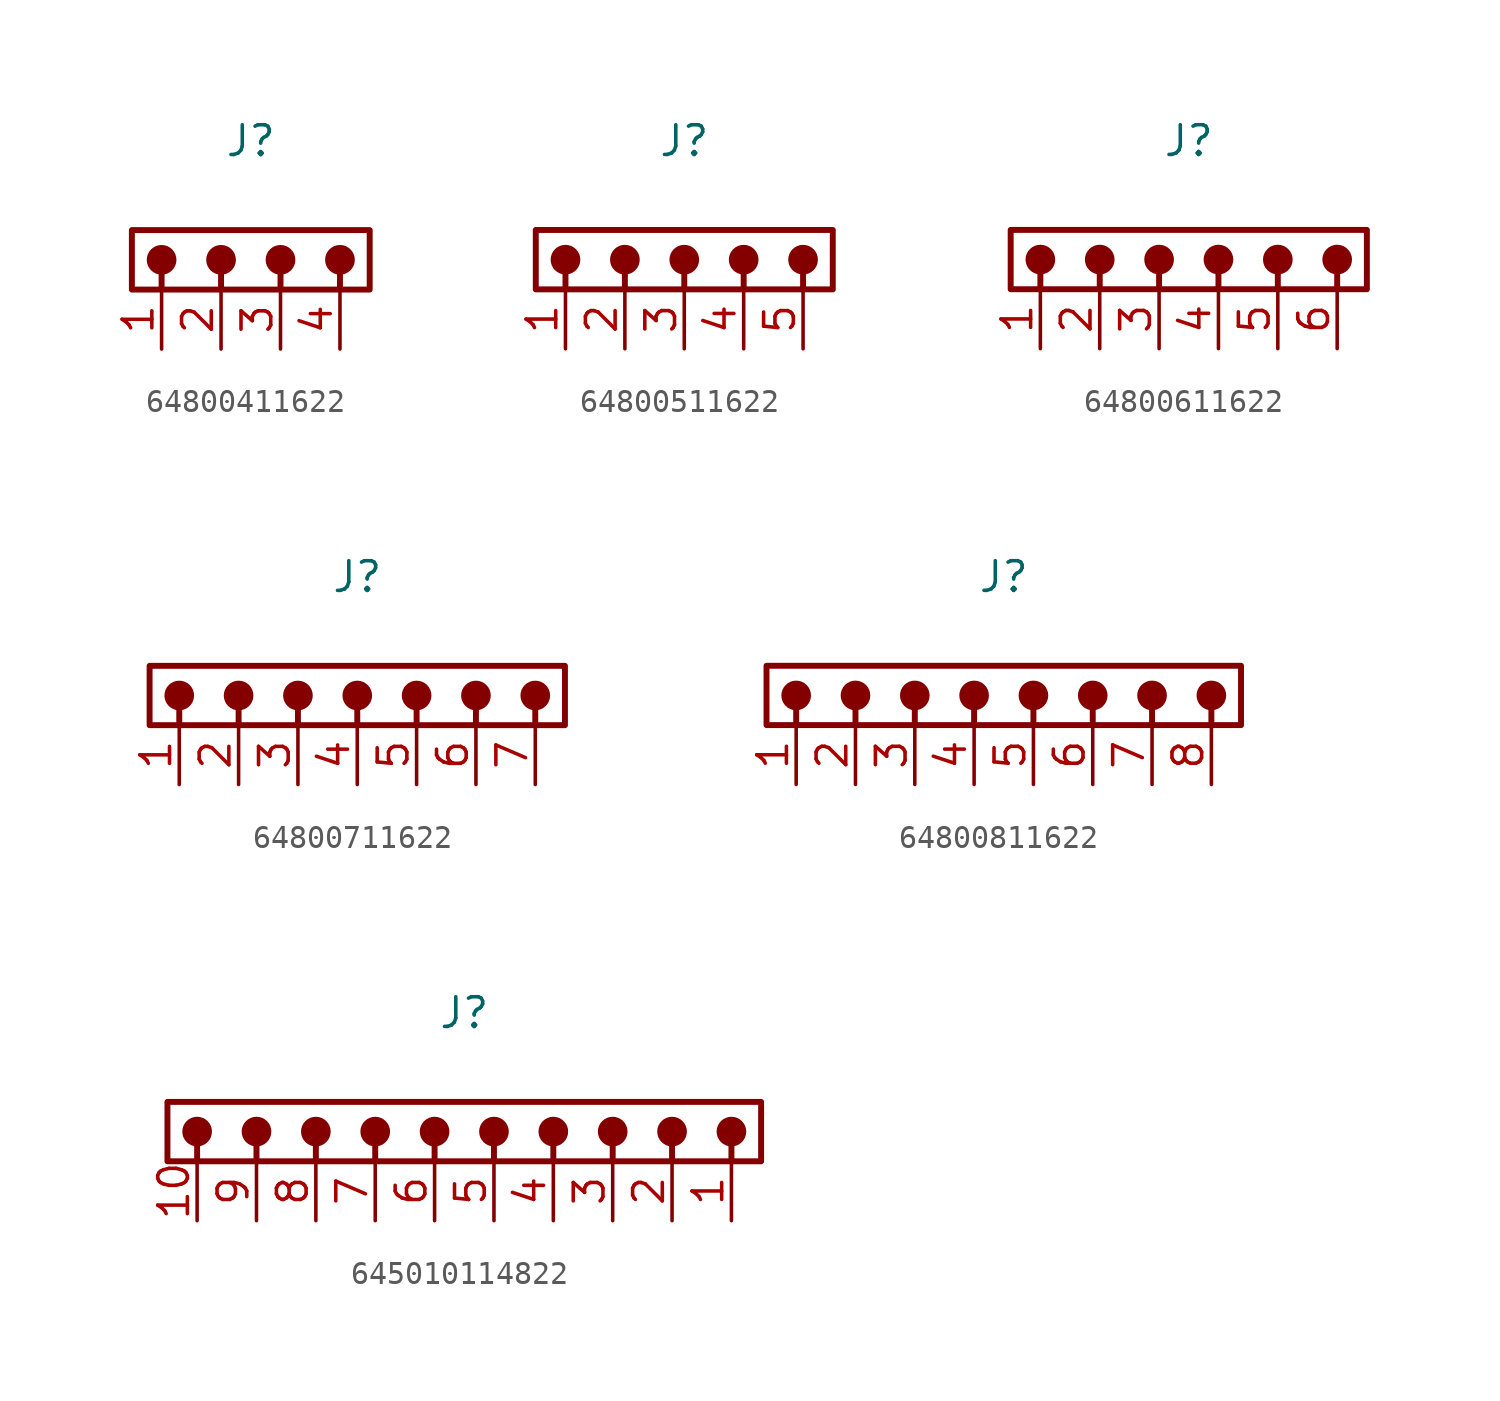
<source format=kicad_sym>
(kicad_symbol_lib
  (version 20241209)
  (generator "kicad_symbol_editor")
  (generator_version "9.0")
  (symbol "64800411622"
    (pin_names
      (hide yes))
    (property "Reference" "J"
      (at 0 5.08 0)
      (effects (font (size 1.27 1.27))))
    (symbol "64800411622_1_1"
      (rectangle (start -5.08 1.27) (end 5.08 -1.27) (stroke (width 0.254) (type solid)) (fill (type none)))
      (circle (center -3.81 0) (radius 0.508) (stroke (width 0.254) (type solid)) (fill (type outline)))
      (polyline (pts (xy -3.81 -0.508) (xy -3.81 -1.27)) (stroke (width 0.254) (type solid)) (fill (type none)))
      (circle (center -1.27 0) (radius 0.508) (stroke (width 0.254) (type solid)) (fill (type outline)))
      (polyline (pts (xy -1.27 -0.508) (xy -1.27 -1.27)) (stroke (width 0.254) (type solid)) (fill (type none)))
      (circle (center 1.27 0) (radius 0.508) (stroke (width 0.254) (type solid)) (fill (type outline)))
      (polyline (pts (xy 1.27 -0.508) (xy 1.27 -1.27)) (stroke (width 0.254) (type solid)) (fill (type none)))
      (circle (center 3.81 0) (radius 0.508) (stroke (width 0.254) (type solid)) (fill (type outline)))
      (polyline (pts (xy 3.81 -0.508) (xy 3.81 -1.27)) (stroke (width 0.254) (type solid)) (fill (type none)))
      (pin passive line (at -3.81 -3.81 90) (length 2.54) (name "1" (effects (font (size 1.27 1.27)))) (number "1" (effects (font (size 1.27 1.27)))))
      (pin passive line (at -1.27 -3.81 90) (length 2.54) (name "2" (effects (font (size 1.27 1.27)))) (number "2" (effects (font (size 1.27 1.27)))))
      (pin passive line (at 1.27 -3.81 90) (length 2.54) (name "3" (effects (font (size 1.27 1.27)))) (number "3" (effects (font (size 1.27 1.27)))))
      (pin passive line (at 3.81 -3.81 90) (length 2.54) (name "4" (effects (font (size 1.27 1.27)))) (number "4" (effects (font (size 1.27 1.27)))))))
  (symbol "64800511622"
    (pin_names
      (hide yes))
    (property "Reference" "J"
      (at 0 5.08 0)
      (effects (font (size 1.27 1.27))))
    (symbol "64800511622_1_1"
      (rectangle (start -6.35 1.27) (end 6.35 -1.27) (stroke (width 0.254) (type solid)) (fill (type none)))
      (circle (center -5.08 0) (radius 0.508) (stroke (width 0.254) (type solid)) (fill (type outline)))
      (polyline (pts (xy -5.08 -0.508) (xy -5.08 -1.27)) (stroke (width 0.254) (type solid)) (fill (type none)))
      (circle (center -2.54 0) (radius 0.508) (stroke (width 0.254) (type solid)) (fill (type outline)))
      (polyline (pts (xy -2.54 -0.508) (xy -2.54 -1.27)) (stroke (width 0.254) (type solid)) (fill (type none)))
      (circle (center 0 0) (radius 0.508) (stroke (width 0.254) (type solid)) (fill (type outline)))
      (polyline (pts (xy 0 -0.508) (xy 0 -1.27)) (stroke (width 0.254) (type solid)) (fill (type none)))
      (circle (center 2.54 0) (radius 0.508) (stroke (width 0.254) (type solid)) (fill (type outline)))
      (polyline (pts (xy 2.54 -0.508) (xy 2.54 -1.27)) (stroke (width 0.254) (type solid)) (fill (type none)))
      (circle (center 5.08 0) (radius 0.508) (stroke (width 0.254) (type solid)) (fill (type outline)))
      (polyline (pts (xy 5.08 -0.508) (xy 5.08 -1.27)) (stroke (width 0.254) (type solid)) (fill (type none)))
      (pin passive line (at -5.08 -3.81 90) (length 2.54) (name "1" (effects (font (size 1.27 1.27)))) (number "1" (effects (font (size 1.27 1.27)))))
      (pin passive line (at -2.54 -3.81 90) (length 2.54) (name "2" (effects (font (size 1.27 1.27)))) (number "2" (effects (font (size 1.27 1.27)))))
      (pin passive line (at 0 -3.81 90) (length 2.54) (name "3" (effects (font (size 1.27 1.27)))) (number "3" (effects (font (size 1.27 1.27)))))
      (pin passive line (at 2.54 -3.81 90) (length 2.54) (name "4" (effects (font (size 1.27 1.27)))) (number "4" (effects (font (size 1.27 1.27)))))
      (pin passive line (at 5.08 -3.81 90) (length 2.54) (name "5" (effects (font (size 1.27 1.27)))) (number "5" (effects (font (size 1.27 1.27)))))))
  (symbol "64800611622"
    (pin_names
      (hide yes))
    (property "Reference" "J"
      (at 0 5.08 0)
      (effects (font (size 1.27 1.27))))
    (symbol "64800611622_1_1"
      (rectangle (start -7.62 1.27) (end 7.62 -1.27) (stroke (width 0.254) (type solid)) (fill (type none)))
      (circle (center -6.35 0) (radius 0.508) (stroke (width 0.254) (type solid)) (fill (type outline)))
      (polyline (pts (xy -6.35 -0.508) (xy -6.35 -1.27)) (stroke (width 0.254) (type solid)) (fill (type none)))
      (circle (center -3.81 0) (radius 0.508) (stroke (width 0.254) (type solid)) (fill (type outline)))
      (polyline (pts (xy -3.81 -0.508) (xy -3.81 -1.27)) (stroke (width 0.254) (type solid)) (fill (type none)))
      (circle (center -1.27 0) (radius 0.508) (stroke (width 0.254) (type solid)) (fill (type outline)))
      (polyline (pts (xy -1.27 -0.508) (xy -1.27 -1.27)) (stroke (width 0.254) (type solid)) (fill (type none)))
      (circle (center 1.27 0) (radius 0.508) (stroke (width 0.254) (type solid)) (fill (type outline)))
      (polyline (pts (xy 1.27 -0.508) (xy 1.27 -1.27)) (stroke (width 0.254) (type solid)) (fill (type none)))
      (circle (center 3.81 0) (radius 0.508) (stroke (width 0.254) (type solid)) (fill (type outline)))
      (polyline (pts (xy 3.81 -0.508) (xy 3.81 -1.27)) (stroke (width 0.254) (type solid)) (fill (type none)))
      (circle (center 6.35 0) (radius 0.508) (stroke (width 0.254) (type solid)) (fill (type outline)))
      (polyline (pts (xy 6.35 -0.508) (xy 6.35 -1.27)) (stroke (width 0.254) (type solid)) (fill (type none)))
      (pin passive line (at -6.35 -3.81 90) (length 2.54) (name "1" (effects (font (size 1.27 1.27)))) (number "1" (effects (font (size 1.27 1.27)))))
      (pin passive line (at -3.81 -3.81 90) (length 2.54) (name "2" (effects (font (size 1.27 1.27)))) (number "2" (effects (font (size 1.27 1.27)))))
      (pin passive line (at -1.27 -3.81 90) (length 2.54) (name "3" (effects (font (size 1.27 1.27)))) (number "3" (effects (font (size 1.27 1.27)))))
      (pin passive line (at 1.27 -3.81 90) (length 2.54) (name "4" (effects (font (size 1.27 1.27)))) (number "4" (effects (font (size 1.27 1.27)))))
      (pin passive line (at 3.81 -3.81 90) (length 2.54) (name "5" (effects (font (size 1.27 1.27)))) (number "5" (effects (font (size 1.27 1.27)))))
      (pin passive line (at 6.35 -3.81 90) (length 2.54) (name "6" (effects (font (size 1.27 1.27)))) (number "6" (effects (font (size 1.27 1.27)))))))
  (symbol "64800711622"
    (pin_names
      (hide yes))
    (property "Reference" "J"
      (at 0 5.08 0)
      (effects (font (size 1.27 1.27))))
    (symbol "64800711622_1_1"
      (rectangle (start -8.89 1.27) (end 8.89 -1.27) (stroke (width 0.254) (type solid)) (fill (type none)))
      (circle (center -7.62 0) (radius 0.508) (stroke (width 0.254) (type solid)) (fill (type outline)))
      (polyline (pts (xy -7.62 -0.508) (xy -7.62 -1.27)) (stroke (width 0.254) (type solid)) (fill (type none)))
      (circle (center -5.08 0) (radius 0.508) (stroke (width 0.254) (type solid)) (fill (type outline)))
      (polyline (pts (xy -5.08 -0.508) (xy -5.08 -1.27)) (stroke (width 0.254) (type solid)) (fill (type none)))
      (circle (center -2.54 0) (radius 0.508) (stroke (width 0.254) (type solid)) (fill (type outline)))
      (polyline (pts (xy -2.54 -0.508) (xy -2.54 -1.27)) (stroke (width 0.254) (type solid)) (fill (type none)))
      (circle (center 0 0) (radius 0.508) (stroke (width 0.254) (type solid)) (fill (type outline)))
      (polyline (pts (xy 0 -0.508) (xy 0 -1.27)) (stroke (width 0.254) (type solid)) (fill (type none)))
      (circle (center 2.54 0) (radius 0.508) (stroke (width 0.254) (type solid)) (fill (type outline)))
      (polyline (pts (xy 2.54 -0.508) (xy 2.54 -1.27)) (stroke (width 0.254) (type solid)) (fill (type none)))
      (circle (center 5.08 0) (radius 0.508) (stroke (width 0.254) (type solid)) (fill (type outline)))
      (polyline (pts (xy 5.08 -0.508) (xy 5.08 -1.27)) (stroke (width 0.254) (type solid)) (fill (type none)))
      (circle (center 7.62 0) (radius 0.508) (stroke (width 0.254) (type solid)) (fill (type outline)))
      (polyline (pts (xy 7.62 -0.508) (xy 7.62 -1.27)) (stroke (width 0.254) (type solid)) (fill (type none)))
      (pin passive line (at -7.62 -3.81 90) (length 2.54) (name "1" (effects (font (size 1.27 1.27)))) (number "1" (effects (font (size 1.27 1.27)))))
      (pin passive line (at -5.08 -3.81 90) (length 2.54) (name "2" (effects (font (size 1.27 1.27)))) (number "2" (effects (font (size 1.27 1.27)))))
      (pin passive line (at -2.54 -3.81 90) (length 2.54) (name "3" (effects (font (size 1.27 1.27)))) (number "3" (effects (font (size 1.27 1.27)))))
      (pin passive line (at 0 -3.81 90) (length 2.54) (name "4" (effects (font (size 1.27 1.27)))) (number "4" (effects (font (size 1.27 1.27)))))
      (pin passive line (at 2.54 -3.81 90) (length 2.54) (name "5" (effects (font (size 1.27 1.27)))) (number "5" (effects (font (size 1.27 1.27)))))
      (pin passive line (at 5.08 -3.81 90) (length 2.54) (name "6" (effects (font (size 1.27 1.27)))) (number "6" (effects (font (size 1.27 1.27)))))
      (pin passive line (at 7.62 -3.81 90) (length 2.54) (name "7" (effects (font (size 1.27 1.27)))) (number "7" (effects (font (size 1.27 1.27)))))))
  (symbol "64800811622"
    (pin_names
      (hide yes))
    (property "Reference" "J"
      (at 0 5.08 0)
      (effects (font (size 1.27 1.27))))
    (symbol "64800811622_1_1"
      (rectangle (start -10.16 1.27) (end 10.16 -1.27) (stroke (width 0.254) (type solid)) (fill (type none)))
      (circle (center -8.89 0) (radius 0.508) (stroke (width 0.254) (type solid)) (fill (type outline)))
      (polyline (pts (xy -8.89 -0.508) (xy -8.89 -1.27)) (stroke (width 0.254) (type solid)) (fill (type none)))
      (circle (center -6.35 0) (radius 0.508) (stroke (width 0.254) (type solid)) (fill (type outline)))
      (polyline (pts (xy -6.35 -0.508) (xy -6.35 -1.27)) (stroke (width 0.254) (type solid)) (fill (type none)))
      (circle (center -3.81 0) (radius 0.508) (stroke (width 0.254) (type solid)) (fill (type outline)))
      (polyline (pts (xy -3.81 -0.508) (xy -3.81 -1.27)) (stroke (width 0.254) (type solid)) (fill (type none)))
      (circle (center -1.27 0) (radius 0.508) (stroke (width 0.254) (type solid)) (fill (type outline)))
      (polyline (pts (xy -1.27 -0.508) (xy -1.27 -1.27)) (stroke (width 0.254) (type solid)) (fill (type none)))
      (circle (center 1.27 0) (radius 0.508) (stroke (width 0.254) (type solid)) (fill (type outline)))
      (polyline (pts (xy 1.27 -0.508) (xy 1.27 -1.27)) (stroke (width 0.254) (type solid)) (fill (type none)))
      (circle (center 3.81 0) (radius 0.508) (stroke (width 0.254) (type solid)) (fill (type outline)))
      (polyline (pts (xy 3.81 -0.508) (xy 3.81 -1.27)) (stroke (width 0.254) (type solid)) (fill (type none)))
      (circle (center 6.35 0) (radius 0.508) (stroke (width 0.254) (type solid)) (fill (type outline)))
      (polyline (pts (xy 6.35 -0.508) (xy 6.35 -1.27)) (stroke (width 0.254) (type solid)) (fill (type none)))
      (circle (center 8.89 0) (radius 0.508) (stroke (width 0.254) (type solid)) (fill (type outline)))
      (polyline (pts (xy 8.89 -0.508) (xy 8.89 -1.27)) (stroke (width 0.254) (type solid)) (fill (type none)))
      (pin passive line (at -8.89 -3.81 90) (length 2.54) (name "1" (effects (font (size 1.27 1.27)))) (number "1" (effects (font (size 1.27 1.27)))))
      (pin passive line (at -6.35 -3.81 90) (length 2.54) (name "2" (effects (font (size 1.27 1.27)))) (number "2" (effects (font (size 1.27 1.27)))))
      (pin passive line (at -3.81 -3.81 90) (length 2.54) (name "3" (effects (font (size 1.27 1.27)))) (number "3" (effects (font (size 1.27 1.27)))))
      (pin passive line (at -1.27 -3.81 90) (length 2.54) (name "4" (effects (font (size 1.27 1.27)))) (number "4" (effects (font (size 1.27 1.27)))))
      (pin passive line (at 1.27 -3.81 90) (length 2.54) (name "5" (effects (font (size 1.27 1.27)))) (number "5" (effects (font (size 1.27 1.27)))))
      (pin passive line (at 3.81 -3.81 90) (length 2.54) (name "6" (effects (font (size 1.27 1.27)))) (number "6" (effects (font (size 1.27 1.27)))))
      (pin passive line (at 6.35 -3.81 90) (length 2.54) (name "7" (effects (font (size 1.27 1.27)))) (number "7" (effects (font (size 1.27 1.27)))))
      (pin passive line (at 8.89 -3.81 90) (length 2.54) (name "8" (effects (font (size 1.27 1.27)))) (number "8" (effects (font (size 1.27 1.27)))))))
  (symbol "645010114822"
    (pin_names
      (hide yes))
    (property "Reference" "J"
      (at 0 5.08 0)
      (effects (font (size 1.27 1.27))))
    (symbol "645010114822_1_1"
      (rectangle (start -12.7 1.27) (end 12.7 -1.27) (stroke (width 0.254) (type solid)) (fill (type none)))
      (circle (center -11.43 0) (radius 0.508) (stroke (width 0.254) (type solid)) (fill (type outline)))
      (polyline (pts (xy -11.43 -0.508) (xy -11.43 -1.27)) (stroke (width 0.254) (type solid)) (fill (type none)))
      (circle (center -8.89 0) (radius 0.508) (stroke (width 0.254) (type solid)) (fill (type outline)))
      (polyline (pts (xy -8.89 -0.508) (xy -8.89 -1.27)) (stroke (width 0.254) (type solid)) (fill (type none)))
      (circle (center -6.35 0) (radius 0.508) (stroke (width 0.254) (type solid)) (fill (type outline)))
      (polyline (pts (xy -6.35 -0.508) (xy -6.35 -1.27)) (stroke (width 0.254) (type solid)) (fill (type none)))
      (circle (center -3.81 0) (radius 0.508) (stroke (width 0.254) (type solid)) (fill (type outline)))
      (polyline (pts (xy -3.81 -0.508) (xy -3.81 -1.27)) (stroke (width 0.254) (type solid)) (fill (type none)))
      (circle (center -1.27 0) (radius 0.508) (stroke (width 0.254) (type solid)) (fill (type outline)))
      (polyline (pts (xy -1.27 -0.508) (xy -1.27 -1.27)) (stroke (width 0.254) (type solid)) (fill (type none)))
      (circle (center 1.27 0) (radius 0.508) (stroke (width 0.254) (type solid)) (fill (type outline)))
      (polyline (pts (xy 1.27 -0.508) (xy 1.27 -1.27)) (stroke (width 0.254) (type solid)) (fill (type none)))
      (circle (center 3.81 0) (radius 0.508) (stroke (width 0.254) (type solid)) (fill (type outline)))
      (polyline (pts (xy 3.81 -0.508) (xy 3.81 -1.27)) (stroke (width 0.254) (type solid)) (fill (type none)))
      (circle (center 6.35 0) (radius 0.508) (stroke (width 0.254) (type solid)) (fill (type outline)))
      (polyline (pts (xy 6.35 -0.508) (xy 6.35 -1.27)) (stroke (width 0.254) (type solid)) (fill (type none)))
      (circle (center 8.89 0) (radius 0.508) (stroke (width 0.254) (type solid)) (fill (type outline)))
      (polyline (pts (xy 8.89 -0.508) (xy 8.89 -1.27)) (stroke (width 0.254) (type solid)) (fill (type none)))
      (circle (center 11.43 0) (radius 0.508) (stroke (width 0.254) (type solid)) (fill (type outline)))
      (polyline (pts (xy 11.43 -0.508) (xy 11.43 -1.27)) (stroke (width 0.254) (type solid)) (fill (type none)))
      (pin passive line (at -11.43 -3.81 90) (length 2.54) (name "10" (effects (font (size 1.27 1.27)))) (number "10" (effects (font (size 1.27 1.27)))))
      (pin passive line (at -8.89 -3.81 90) (length 2.54) (name "9" (effects (font (size 1.27 1.27)))) (number "9" (effects (font (size 1.27 1.27)))))
      (pin passive line (at -6.35 -3.81 90) (length 2.54) (name "8" (effects (font (size 1.27 1.27)))) (number "8" (effects (font (size 1.27 1.27)))))
      (pin passive line (at -3.81 -3.81 90) (length 2.54) (name "7" (effects (font (size 1.27 1.27)))) (number "7" (effects (font (size 1.27 1.27)))))
      (pin passive line (at -1.27 -3.81 90) (length 2.54) (name "6" (effects (font (size 1.27 1.27)))) (number "6" (effects (font (size 1.27 1.27)))))
      (pin passive line (at 1.27 -3.81 90) (length 2.54) (name "5" (effects (font (size 1.27 1.27)))) (number "5" (effects (font (size 1.27 1.27)))))
      (pin passive line (at 3.81 -3.81 90) (length 2.54) (name "4" (effects (font (size 1.27 1.27)))) (number "4" (effects (font (size 1.27 1.27)))))
      (pin passive line (at 6.35 -3.81 90) (length 2.54) (name "3" (effects (font (size 1.27 1.27)))) (number "3" (effects (font (size 1.27 1.27)))))
      (pin passive line (at 8.89 -3.81 90) (length 2.54) (name "2" (effects (font (size 1.27 1.27)))) (number "2" (effects (font (size 1.27 1.27)))))
      (pin passive line (at 11.43 -3.81 90) (length 2.54) (name "1" (effects (font (size 1.27 1.27)))) (number "1" (effects (font (size 1.27 1.27))))))))
</source>
